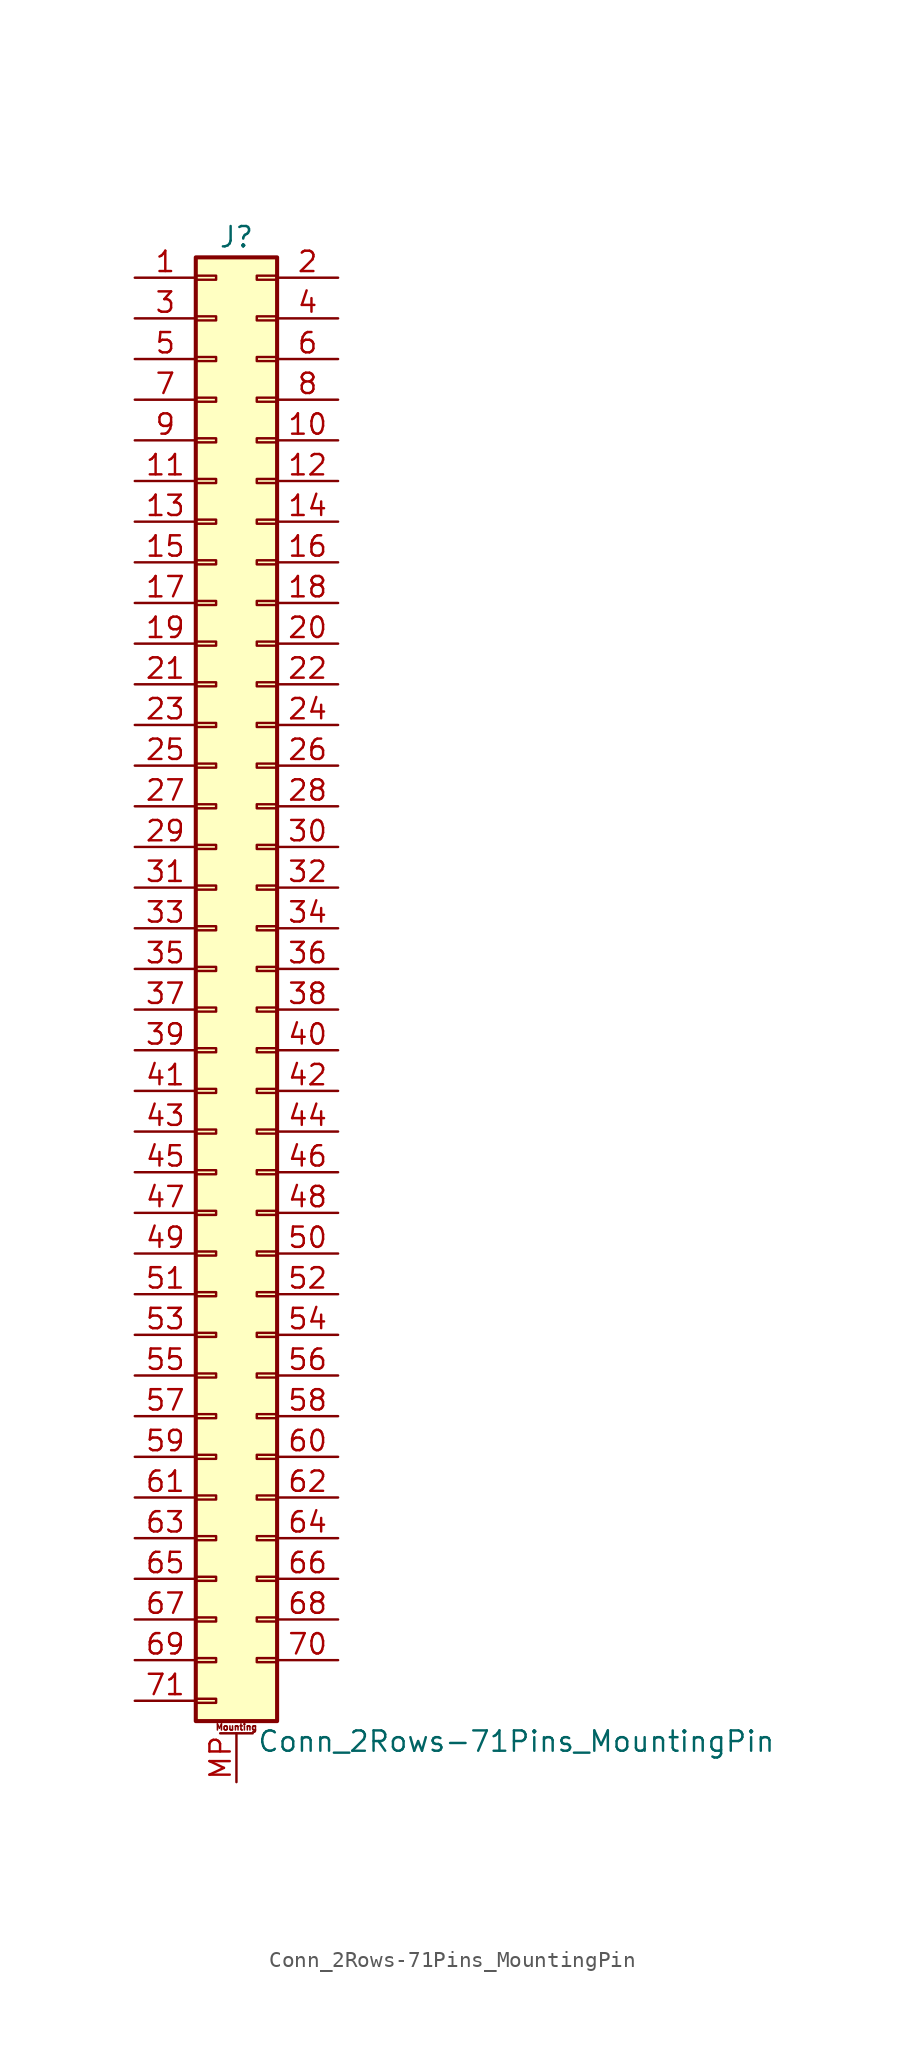
<source format=kicad_sym>
(kicad_symbol_lib
  (version 20220914)
  (generator kicad_symbol_editor)
  (symbol "Conn_2Rows-71Pins_MountingPin"
    (pin_names
      (offset 1.016) hide)
    (property "Reference" "J"
      (at 1.27 45.72 0)
      (effects (font (size 1.27 1.27))))
    (property "Value" "Conn_2Rows-71Pins_MountingPin"
      (at 2.54 -48.26 0)
      (effects (font (size 1.27 1.27)) (justify left)))
    (symbol "Conn_2Rows-71Pins_MountingPin_1_1"
      (rectangle (start -1.27 -45.593) (end 0 -45.847) (stroke (width 0.152) (type default)) (fill (type none)))
      (rectangle (start -1.27 -43.053) (end 0 -43.307) (stroke (width 0.152) (type default)) (fill (type none)))
      (rectangle (start -1.27 -40.513) (end 0 -40.767) (stroke (width 0.152) (type default)) (fill (type none)))
      (rectangle (start -1.27 -37.973) (end 0 -38.227) (stroke (width 0.152) (type default)) (fill (type none)))
      (rectangle (start -1.27 -35.433) (end 0 -35.687) (stroke (width 0.152) (type default)) (fill (type none)))
      (rectangle (start -1.27 -32.893) (end 0 -33.147) (stroke (width 0.152) (type default)) (fill (type none)))
      (rectangle (start -1.27 -30.353) (end 0 -30.607) (stroke (width 0.152) (type default)) (fill (type none)))
      (rectangle (start -1.27 -27.813) (end 0 -28.067) (stroke (width 0.152) (type default)) (fill (type none)))
      (rectangle (start -1.27 -25.273) (end 0 -25.527) (stroke (width 0.152) (type default)) (fill (type none)))
      (rectangle (start -1.27 -22.733) (end 0 -22.987) (stroke (width 0.152) (type default)) (fill (type none)))
      (rectangle (start -1.27 -20.193) (end 0 -20.447) (stroke (width 0.152) (type default)) (fill (type none)))
      (rectangle (start -1.27 -17.653) (end 0 -17.907) (stroke (width 0.152) (type default)) (fill (type none)))
      (rectangle (start -1.27 -15.113) (end 0 -15.367) (stroke (width 0.152) (type default)) (fill (type none)))
      (rectangle (start -1.27 -12.573) (end 0 -12.827) (stroke (width 0.152) (type default)) (fill (type none)))
      (rectangle (start -1.27 -10.033) (end 0 -10.287) (stroke (width 0.152) (type default)) (fill (type none)))
      (rectangle (start -1.27 -7.493) (end 0 -7.747) (stroke (width 0.152) (type default)) (fill (type none)))
      (rectangle (start -1.27 -4.953) (end 0 -5.207) (stroke (width 0.152) (type default)) (fill (type none)))
      (rectangle (start -1.27 -2.413) (end 0 -2.667) (stroke (width 0.152) (type default)) (fill (type none)))
      (rectangle (start -1.27 0.127) (end 0 -0.127) (stroke (width 0.152) (type default)) (fill (type none)))
      (rectangle (start -1.27 2.667) (end 0 2.413) (stroke (width 0.152) (type default)) (fill (type none)))
      (rectangle (start -1.27 5.207) (end 0 4.953) (stroke (width 0.152) (type default)) (fill (type none)))
      (rectangle (start -1.27 7.747) (end 0 7.493) (stroke (width 0.152) (type default)) (fill (type none)))
      (rectangle (start -1.27 10.287) (end 0 10.033) (stroke (width 0.152) (type default)) (fill (type none)))
      (rectangle (start -1.27 12.827) (end 0 12.573) (stroke (width 0.152) (type default)) (fill (type none)))
      (rectangle (start -1.27 15.367) (end 0 15.113) (stroke (width 0.152) (type default)) (fill (type none)))
      (rectangle (start -1.27 17.907) (end 0 17.653) (stroke (width 0.152) (type default)) (fill (type none)))
      (rectangle (start -1.27 20.447) (end 0 20.193) (stroke (width 0.152) (type default)) (fill (type none)))
      (rectangle (start -1.27 22.987) (end 0 22.733) (stroke (width 0.152) (type default)) (fill (type none)))
      (rectangle (start -1.27 25.527) (end 0 25.273) (stroke (width 0.152) (type default)) (fill (type none)))
      (rectangle (start -1.27 28.067) (end 0 27.813) (stroke (width 0.152) (type default)) (fill (type none)))
      (rectangle (start -1.27 30.607) (end 0 30.353) (stroke (width 0.152) (type default)) (fill (type none)))
      (rectangle (start -1.27 33.147) (end 0 32.893) (stroke (width 0.152) (type default)) (fill (type none)))
      (rectangle (start -1.27 35.687) (end 0 35.433) (stroke (width 0.152) (type default)) (fill (type none)))
      (rectangle (start -1.27 38.227) (end 0 37.973) (stroke (width 0.152) (type default)) (fill (type none)))
      (rectangle (start -1.27 40.767) (end 0 40.513) (stroke (width 0.152) (type default)) (fill (type none)))
      (rectangle (start -1.27 43.307) (end 0 43.053) (stroke (width 0.152) (type default)) (fill (type none)))
      (rectangle (start -1.27 44.45) (end 3.81 -46.99) (stroke (width 0.254) (type default)) (fill (type background)))
      (polyline (pts (xy 0.254 -47.752) (xy 2.286 -47.752)) (stroke (width 0.152) (type default)) (fill (type none)))
      (rectangle (start 3.81 -43.053) (end 2.54 -43.307) (stroke (width 0.152) (type default)) (fill (type none)))
      (rectangle (start 3.81 -40.513) (end 2.54 -40.767) (stroke (width 0.152) (type default)) (fill (type none)))
      (rectangle (start 3.81 -37.973) (end 2.54 -38.227) (stroke (width 0.152) (type default)) (fill (type none)))
      (rectangle (start 3.81 -35.433) (end 2.54 -35.687) (stroke (width 0.152) (type default)) (fill (type none)))
      (rectangle (start 3.81 -32.893) (end 2.54 -33.147) (stroke (width 0.152) (type default)) (fill (type none)))
      (rectangle (start 3.81 -30.353) (end 2.54 -30.607) (stroke (width 0.152) (type default)) (fill (type none)))
      (rectangle (start 3.81 -27.813) (end 2.54 -28.067) (stroke (width 0.152) (type default)) (fill (type none)))
      (rectangle (start 3.81 -25.273) (end 2.54 -25.527) (stroke (width 0.152) (type default)) (fill (type none)))
      (rectangle (start 3.81 -22.733) (end 2.54 -22.987) (stroke (width 0.152) (type default)) (fill (type none)))
      (rectangle (start 3.81 -20.193) (end 2.54 -20.447) (stroke (width 0.152) (type default)) (fill (type none)))
      (rectangle (start 3.81 -17.653) (end 2.54 -17.907) (stroke (width 0.152) (type default)) (fill (type none)))
      (rectangle (start 3.81 -15.113) (end 2.54 -15.367) (stroke (width 0.152) (type default)) (fill (type none)))
      (rectangle (start 3.81 -12.573) (end 2.54 -12.827) (stroke (width 0.152) (type default)) (fill (type none)))
      (rectangle (start 3.81 -10.033) (end 2.54 -10.287) (stroke (width 0.152) (type default)) (fill (type none)))
      (rectangle (start 3.81 -7.493) (end 2.54 -7.747) (stroke (width 0.152) (type default)) (fill (type none)))
      (rectangle (start 3.81 -4.953) (end 2.54 -5.207) (stroke (width 0.152) (type default)) (fill (type none)))
      (rectangle (start 3.81 -2.413) (end 2.54 -2.667) (stroke (width 0.152) (type default)) (fill (type none)))
      (rectangle (start 3.81 0.127) (end 2.54 -0.127) (stroke (width 0.152) (type default)) (fill (type none)))
      (rectangle (start 3.81 2.667) (end 2.54 2.413) (stroke (width 0.152) (type default)) (fill (type none)))
      (rectangle (start 3.81 5.207) (end 2.54 4.953) (stroke (width 0.152) (type default)) (fill (type none)))
      (rectangle (start 3.81 7.747) (end 2.54 7.493) (stroke (width 0.152) (type default)) (fill (type none)))
      (rectangle (start 3.81 10.287) (end 2.54 10.033) (stroke (width 0.152) (type default)) (fill (type none)))
      (rectangle (start 3.81 12.827) (end 2.54 12.573) (stroke (width 0.152) (type default)) (fill (type none)))
      (rectangle (start 3.81 15.367) (end 2.54 15.113) (stroke (width 0.152) (type default)) (fill (type none)))
      (rectangle (start 3.81 17.907) (end 2.54 17.653) (stroke (width 0.152) (type default)) (fill (type none)))
      (rectangle (start 3.81 20.447) (end 2.54 20.193) (stroke (width 0.152) (type default)) (fill (type none)))
      (rectangle (start 3.81 22.987) (end 2.54 22.733) (stroke (width 0.152) (type default)) (fill (type none)))
      (rectangle (start 3.81 25.527) (end 2.54 25.273) (stroke (width 0.152) (type default)) (fill (type none)))
      (rectangle (start 3.81 28.067) (end 2.54 27.813) (stroke (width 0.152) (type default)) (fill (type none)))
      (rectangle (start 3.81 30.607) (end 2.54 30.353) (stroke (width 0.152) (type default)) (fill (type none)))
      (rectangle (start 3.81 33.147) (end 2.54 32.893) (stroke (width 0.152) (type default)) (fill (type none)))
      (rectangle (start 3.81 35.687) (end 2.54 35.433) (stroke (width 0.152) (type default)) (fill (type none)))
      (rectangle (start 3.81 38.227) (end 2.54 37.973) (stroke (width 0.152) (type default)) (fill (type none)))
      (rectangle (start 3.81 40.767) (end 2.54 40.513) (stroke (width 0.152) (type default)) (fill (type none)))
      (rectangle (start 3.81 43.307) (end 2.54 43.053) (stroke (width 0.152) (type default)) (fill (type none)))
      (text "Mounting" (at 1.27 -47.371 0) (effects (font (size 0.381 0.381))))
      (pin passive line (at -5.08 43.18 0) (length 3.81) (name "Pin_1" (effects (font (size 1.27 1.27)))) (number "1" (effects (font (size 1.27 1.27)))))
      (pin passive line (at 7.62 33.02 180) (length 3.81) (name "Pin_10" (effects (font (size 1.27 1.27)))) (number "10" (effects (font (size 1.27 1.27)))))
      (pin passive line (at -5.08 30.48 0) (length 3.81) (name "Pin_11" (effects (font (size 1.27 1.27)))) (number "11" (effects (font (size 1.27 1.27)))))
      (pin passive line (at 7.62 30.48 180) (length 3.81) (name "Pin_12" (effects (font (size 1.27 1.27)))) (number "12" (effects (font (size 1.27 1.27)))))
      (pin passive line (at -5.08 27.94 0) (length 3.81) (name "Pin_13" (effects (font (size 1.27 1.27)))) (number "13" (effects (font (size 1.27 1.27)))))
      (pin passive line (at 7.62 27.94 180) (length 3.81) (name "Pin_14" (effects (font (size 1.27 1.27)))) (number "14" (effects (font (size 1.27 1.27)))))
      (pin passive line (at -5.08 25.4 0) (length 3.81) (name "Pin_15" (effects (font (size 1.27 1.27)))) (number "15" (effects (font (size 1.27 1.27)))))
      (pin passive line (at 7.62 25.4 180) (length 3.81) (name "Pin_16" (effects (font (size 1.27 1.27)))) (number "16" (effects (font (size 1.27 1.27)))))
      (pin passive line (at -5.08 22.86 0) (length 3.81) (name "Pin_17" (effects (font (size 1.27 1.27)))) (number "17" (effects (font (size 1.27 1.27)))))
      (pin passive line (at 7.62 22.86 180) (length 3.81) (name "Pin_18" (effects (font (size 1.27 1.27)))) (number "18" (effects (font (size 1.27 1.27)))))
      (pin passive line (at -5.08 20.32 0) (length 3.81) (name "Pin_19" (effects (font (size 1.27 1.27)))) (number "19" (effects (font (size 1.27 1.27)))))
      (pin passive line (at 7.62 43.18 180) (length 3.81) (name "Pin_2" (effects (font (size 1.27 1.27)))) (number "2" (effects (font (size 1.27 1.27)))))
      (pin passive line (at 7.62 20.32 180) (length 3.81) (name "Pin_20" (effects (font (size 1.27 1.27)))) (number "20" (effects (font (size 1.27 1.27)))))
      (pin passive line (at -5.08 17.78 0) (length 3.81) (name "Pin_21" (effects (font (size 1.27 1.27)))) (number "21" (effects (font (size 1.27 1.27)))))
      (pin passive line (at 7.62 17.78 180) (length 3.81) (name "Pin_22" (effects (font (size 1.27 1.27)))) (number "22" (effects (font (size 1.27 1.27)))))
      (pin passive line (at -5.08 15.24 0) (length 3.81) (name "Pin_23" (effects (font (size 1.27 1.27)))) (number "23" (effects (font (size 1.27 1.27)))))
      (pin passive line (at 7.62 15.24 180) (length 3.81) (name "Pin_24" (effects (font (size 1.27 1.27)))) (number "24" (effects (font (size 1.27 1.27)))))
      (pin passive line (at -5.08 12.7 0) (length 3.81) (name "Pin_25" (effects (font (size 1.27 1.27)))) (number "25" (effects (font (size 1.27 1.27)))))
      (pin passive line (at 7.62 12.7 180) (length 3.81) (name "Pin_26" (effects (font (size 1.27 1.27)))) (number "26" (effects (font (size 1.27 1.27)))))
      (pin passive line (at -5.08 10.16 0) (length 3.81) (name "Pin_27" (effects (font (size 1.27 1.27)))) (number "27" (effects (font (size 1.27 1.27)))))
      (pin passive line (at 7.62 10.16 180) (length 3.81) (name "Pin_28" (effects (font (size 1.27 1.27)))) (number "28" (effects (font (size 1.27 1.27)))))
      (pin passive line (at -5.08 7.62 0) (length 3.81) (name "Pin_29" (effects (font (size 1.27 1.27)))) (number "29" (effects (font (size 1.27 1.27)))))
      (pin passive line (at -5.08 40.64 0) (length 3.81) (name "Pin_3" (effects (font (size 1.27 1.27)))) (number "3" (effects (font (size 1.27 1.27)))))
      (pin passive line (at 7.62 7.62 180) (length 3.81) (name "Pin_30" (effects (font (size 1.27 1.27)))) (number "30" (effects (font (size 1.27 1.27)))))
      (pin passive line (at -5.08 5.08 0) (length 3.81) (name "Pin_31" (effects (font (size 1.27 1.27)))) (number "31" (effects (font (size 1.27 1.27)))))
      (pin passive line (at 7.62 5.08 180) (length 3.81) (name "Pin_32" (effects (font (size 1.27 1.27)))) (number "32" (effects (font (size 1.27 1.27)))))
      (pin passive line (at -5.08 2.54 0) (length 3.81) (name "Pin_33" (effects (font (size 1.27 1.27)))) (number "33" (effects (font (size 1.27 1.27)))))
      (pin passive line (at 7.62 2.54 180) (length 3.81) (name "Pin_34" (effects (font (size 1.27 1.27)))) (number "34" (effects (font (size 1.27 1.27)))))
      (pin passive line (at -5.08 0 0) (length 3.81) (name "Pin_35" (effects (font (size 1.27 1.27)))) (number "35" (effects (font (size 1.27 1.27)))))
      (pin passive line (at 7.62 0 180) (length 3.81) (name "Pin_36" (effects (font (size 1.27 1.27)))) (number "36" (effects (font (size 1.27 1.27)))))
      (pin passive line (at -5.08 -2.54 0) (length 3.81) (name "Pin_37" (effects (font (size 1.27 1.27)))) (number "37" (effects (font (size 1.27 1.27)))))
      (pin passive line (at 7.62 -2.54 180) (length 3.81) (name "Pin_38" (effects (font (size 1.27 1.27)))) (number "38" (effects (font (size 1.27 1.27)))))
      (pin passive line (at -5.08 -5.08 0) (length 3.81) (name "Pin_39" (effects (font (size 1.27 1.27)))) (number "39" (effects (font (size 1.27 1.27)))))
      (pin passive line (at 7.62 40.64 180) (length 3.81) (name "Pin_4" (effects (font (size 1.27 1.27)))) (number "4" (effects (font (size 1.27 1.27)))))
      (pin passive line (at 7.62 -5.08 180) (length 3.81) (name "Pin_40" (effects (font (size 1.27 1.27)))) (number "40" (effects (font (size 1.27 1.27)))))
      (pin passive line (at -5.08 -7.62 0) (length 3.81) (name "Pin_41" (effects (font (size 1.27 1.27)))) (number "41" (effects (font (size 1.27 1.27)))))
      (pin passive line (at 7.62 -7.62 180) (length 3.81) (name "Pin_42" (effects (font (size 1.27 1.27)))) (number "42" (effects (font (size 1.27 1.27)))))
      (pin passive line (at -5.08 -10.16 0) (length 3.81) (name "Pin_43" (effects (font (size 1.27 1.27)))) (number "43" (effects (font (size 1.27 1.27)))))
      (pin passive line (at 7.62 -10.16 180) (length 3.81) (name "Pin_44" (effects (font (size 1.27 1.27)))) (number "44" (effects (font (size 1.27 1.27)))))
      (pin passive line (at -5.08 -12.7 0) (length 3.81) (name "Pin_45" (effects (font (size 1.27 1.27)))) (number "45" (effects (font (size 1.27 1.27)))))
      (pin passive line (at 7.62 -12.7 180) (length 3.81) (name "Pin_46" (effects (font (size 1.27 1.27)))) (number "46" (effects (font (size 1.27 1.27)))))
      (pin passive line (at -5.08 -15.24 0) (length 3.81) (name "Pin_47" (effects (font (size 1.27 1.27)))) (number "47" (effects (font (size 1.27 1.27)))))
      (pin passive line (at 7.62 -15.24 180) (length 3.81) (name "Pin_48" (effects (font (size 1.27 1.27)))) (number "48" (effects (font (size 1.27 1.27)))))
      (pin passive line (at -5.08 -17.78 0) (length 3.81) (name "Pin_49" (effects (font (size 1.27 1.27)))) (number "49" (effects (font (size 1.27 1.27)))))
      (pin passive line (at -5.08 38.1 0) (length 3.81) (name "Pin_5" (effects (font (size 1.27 1.27)))) (number "5" (effects (font (size 1.27 1.27)))))
      (pin passive line (at 7.62 -17.78 180) (length 3.81) (name "Pin_50" (effects (font (size 1.27 1.27)))) (number "50" (effects (font (size 1.27 1.27)))))
      (pin passive line (at -5.08 -20.32 0) (length 3.81) (name "Pin_51" (effects (font (size 1.27 1.27)))) (number "51" (effects (font (size 1.27 1.27)))))
      (pin passive line (at 7.62 -20.32 180) (length 3.81) (name "Pin_52" (effects (font (size 1.27 1.27)))) (number "52" (effects (font (size 1.27 1.27)))))
      (pin passive line (at -5.08 -22.86 0) (length 3.81) (name "Pin_53" (effects (font (size 1.27 1.27)))) (number "53" (effects (font (size 1.27 1.27)))))
      (pin passive line (at 7.62 -22.86 180) (length 3.81) (name "Pin_54" (effects (font (size 1.27 1.27)))) (number "54" (effects (font (size 1.27 1.27)))))
      (pin passive line (at -5.08 -25.4 0) (length 3.81) (name "Pin_55" (effects (font (size 1.27 1.27)))) (number "55" (effects (font (size 1.27 1.27)))))
      (pin passive line (at 7.62 -25.4 180) (length 3.81) (name "Pin_56" (effects (font (size 1.27 1.27)))) (number "56" (effects (font (size 1.27 1.27)))))
      (pin passive line (at -5.08 -27.94 0) (length 3.81) (name "Pin_57" (effects (font (size 1.27 1.27)))) (number "57" (effects (font (size 1.27 1.27)))))
      (pin passive line (at 7.62 -27.94 180) (length 3.81) (name "Pin_58" (effects (font (size 1.27 1.27)))) (number "58" (effects (font (size 1.27 1.27)))))
      (pin passive line (at -5.08 -30.48 0) (length 3.81) (name "Pin_59" (effects (font (size 1.27 1.27)))) (number "59" (effects (font (size 1.27 1.27)))))
      (pin passive line (at 7.62 38.1 180) (length 3.81) (name "Pin_6" (effects (font (size 1.27 1.27)))) (number "6" (effects (font (size 1.27 1.27)))))
      (pin passive line (at 7.62 -30.48 180) (length 3.81) (name "Pin_60" (effects (font (size 1.27 1.27)))) (number "60" (effects (font (size 1.27 1.27)))))
      (pin passive line (at -5.08 -33.02 0) (length 3.81) (name "Pin_61" (effects (font (size 1.27 1.27)))) (number "61" (effects (font (size 1.27 1.27)))))
      (pin passive line (at 7.62 -33.02 180) (length 3.81) (name "Pin_62" (effects (font (size 1.27 1.27)))) (number "62" (effects (font (size 1.27 1.27)))))
      (pin passive line (at -5.08 -35.56 0) (length 3.81) (name "Pin_63" (effects (font (size 1.27 1.27)))) (number "63" (effects (font (size 1.27 1.27)))))
      (pin passive line (at 7.62 -35.56 180) (length 3.81) (name "Pin_64" (effects (font (size 1.27 1.27)))) (number "64" (effects (font (size 1.27 1.27)))))
      (pin passive line (at -5.08 -38.1 0) (length 3.81) (name "Pin_65" (effects (font (size 1.27 1.27)))) (number "65" (effects (font (size 1.27 1.27)))))
      (pin passive line (at 7.62 -38.1 180) (length 3.81) (name "Pin_66" (effects (font (size 1.27 1.27)))) (number "66" (effects (font (size 1.27 1.27)))))
      (pin passive line (at -5.08 -40.64 0) (length 3.81) (name "Pin_67" (effects (font (size 1.27 1.27)))) (number "67" (effects (font (size 1.27 1.27)))))
      (pin passive line (at 7.62 -40.64 180) (length 3.81) (name "Pin_68" (effects (font (size 1.27 1.27)))) (number "68" (effects (font (size 1.27 1.27)))))
      (pin passive line (at -5.08 -43.18 0) (length 3.81) (name "Pin_69" (effects (font (size 1.27 1.27)))) (number "69" (effects (font (size 1.27 1.27)))))
      (pin passive line (at -5.08 35.56 0) (length 3.81) (name "Pin_7" (effects (font (size 1.27 1.27)))) (number "7" (effects (font (size 1.27 1.27)))))
      (pin passive line (at 7.62 -43.18 180) (length 3.81) (name "Pin_70" (effects (font (size 1.27 1.27)))) (number "70" (effects (font (size 1.27 1.27)))))
      (pin passive line (at -5.08 -45.72 0) (length 3.81) (name "Pin_71" (effects (font (size 1.27 1.27)))) (number "71" (effects (font (size 1.27 1.27)))))
      (pin passive line (at 7.62 35.56 180) (length 3.81) (name "Pin_8" (effects (font (size 1.27 1.27)))) (number "8" (effects (font (size 1.27 1.27)))))
      (pin passive line (at -5.08 33.02 0) (length 3.81) (name "Pin_9" (effects (font (size 1.27 1.27)))) (number "9" (effects (font (size 1.27 1.27)))))
      (pin passive line (at 1.27 -50.8 90) (length 3.048) (name "MountPin" (effects (font (size 1.27 1.27)))) (number "MP" (effects (font (size 1.27 1.27))))))))
</source>
